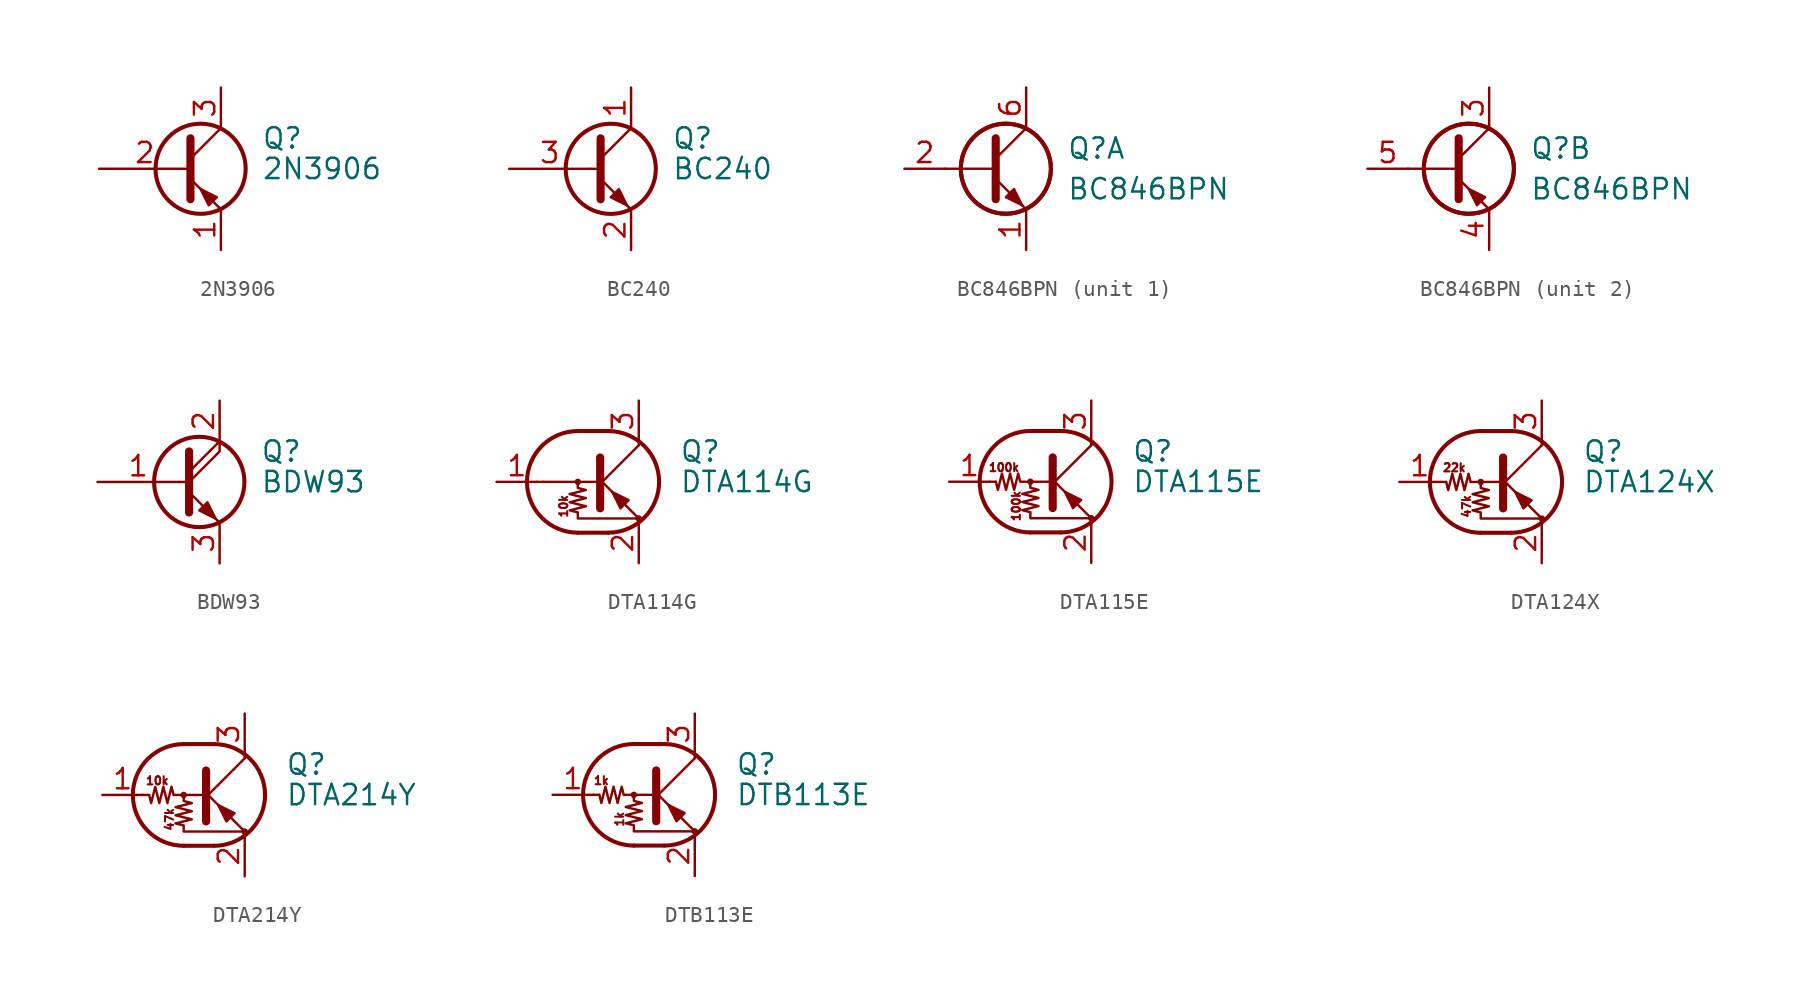
<source format=kicad_sym>
(kicad_symbol_lib
  (version 20201005)
  (generator kicad_symbol_editor)
  (symbol "Transistor_BJT:2N3906"
    (pin_names
      (offset 0) hide)
    (property "Reference" "Q"
      (at 5.08 1.905 0)
      (effects (font (size 1.27 1.27)) (justify left)))
    (property "Value" "2N3906"
      (at 5.08 0 0)
      (effects (font (size 1.27 1.27)) (justify left)))
    (symbol "2N3906_0_1"
      (circle (center 1.27 0) (radius 2.819) (stroke (width 0.254)) (fill (type none)))
      (polyline (pts (xy 0.635 0.635) (xy 2.54 2.54)) (stroke (width 0)) (fill (type none)))
      (polyline (pts (xy 0.635 -0.635) (xy 2.54 -2.54) (xy 2.54 -2.54)) (stroke (width 0)) (fill (type none)))
      (polyline (pts (xy 0.635 1.905) (xy 0.635 -1.905) (xy 0.635 -1.905)) (stroke (width 0.508)) (fill (type none)))
      (polyline (pts (xy 2.286 -1.778) (xy 1.778 -2.286) (xy 1.27 -1.27) (xy 2.286 -1.778) (xy 2.286 -1.778)) (stroke (width 0)) (fill (type outline))))
    (symbol "2N3906_1_1"
      (pin passive line (at 2.54 -5.08 90) (length 2.54) (name "E" (effects (font (size 1.27 1.27)))) (number "1" (effects (font (size 1.27 1.27)))))
      (pin input line (at -5.08 0 0) (length 5.715) (name "B" (effects (font (size 1.27 1.27)))) (number "2" (effects (font (size 1.27 1.27)))))
      (pin passive line (at 2.54 5.08 270) (length 2.54) (name "C" (effects (font (size 1.27 1.27)))) (number "3" (effects (font (size 1.27 1.27)))))))
  (symbol "Transistor_BJT:BC240"
    (pin_names
      (offset 0) hide)
    (property "Reference" "Q"
      (at 5.08 1.905 0)
      (effects (font (size 1.27 1.27)) (justify left)))
    (property "Value" "BC240"
      (at 5.08 0 0)
      (effects (font (size 1.27 1.27)) (justify left)))
    (symbol "BC240_0_1"
      (circle (center 1.27 0) (radius 2.819) (stroke (width 0.254)) (fill (type none)))
      (polyline (pts (xy 0 0) (xy 0.635 0)) (stroke (width 0)) (fill (type none)))
      (polyline (pts (xy 0.635 0.635) (xy 2.54 2.54)) (stroke (width 0)) (fill (type none)))
      (polyline (pts (xy 0.635 -0.635) (xy 2.54 -2.54) (xy 2.54 -2.54)) (stroke (width 0)) (fill (type none)))
      (polyline (pts (xy 0.635 1.905) (xy 0.635 -1.905) (xy 0.635 -1.905)) (stroke (width 0.508)) (fill (type none)))
      (polyline (pts (xy 1.27 -1.778) (xy 1.778 -1.27) (xy 2.286 -2.286) (xy 1.27 -1.778) (xy 1.27 -1.778)) (stroke (width 0)) (fill (type outline))))
    (symbol "BC240_1_1"
      (pin passive line (at 2.54 5.08 270) (length 2.54) (name "C" (effects (font (size 1.27 1.27)))) (number "1" (effects (font (size 1.27 1.27)))))
      (pin passive line (at 2.54 -5.08 90) (length 2.54) (name "E" (effects (font (size 1.27 1.27)))) (number "2" (effects (font (size 1.27 1.27)))))
      (pin input line (at -5.08 0 0) (length 5.08) (name "B" (effects (font (size 1.27 1.27)))) (number "3" (effects (font (size 1.27 1.27)))))))
  (symbol "Transistor_BJT:BC846BPN"
    (pin_names
      (offset 0) hide)
    (property "Reference" "Q"
      (at 5.08 1.27 0)
      (effects (font (size 1.27 1.27)) (justify left)))
    (property "Value" "BC846BPN"
      (at 5.08 -1.27 0)
      (effects (font (size 1.27 1.27)) (justify left)))
    (property "ki_locked" ""
      (at 0 0 0)
      (effects (font (size 1.27 1.27))))
    (symbol "BC846BPN_0_1"
      (circle (center 1.27 0) (radius 2.819) (stroke (width 0.254)) (fill (type none)))
      (circle (center 1.27 0) (radius 2.819) (stroke (width 0.254)) (fill (type none)))
      (polyline (pts (xy 0.635 0) (xy -2.54 0)) (stroke (width 0)) (fill (type none))))
    (symbol "BC846BPN_1_1"
      (polyline (pts (xy 0.635 0.635) (xy 2.54 2.54)) (stroke (width 0)) (fill (type none)))
      (polyline (pts (xy 0.635 -0.635) (xy 2.54 -2.54) (xy 2.54 -2.54)) (stroke (width 0)) (fill (type none)))
      (polyline (pts (xy 0.635 1.905) (xy 0.635 -1.905) (xy 0.635 -1.905)) (stroke (width 0.508)) (fill (type none)))
      (polyline (pts (xy 1.27 -1.778) (xy 1.778 -1.27) (xy 2.286 -2.286) (xy 1.27 -1.778) (xy 1.27 -1.778)) (stroke (width 0)) (fill (type outline)))
      (pin passive line (at 2.54 -5.08 90) (length 2.54) (name "E1" (effects (font (size 1.27 1.27)))) (number "1" (effects (font (size 1.27 1.27)))))
      (pin input line (at -5.08 0 0) (length 2.54) (name "B1" (effects (font (size 1.27 1.27)))) (number "2" (effects (font (size 1.27 1.27)))))
      (pin passive line (at 2.54 5.08 270) (length 2.54) (name "C1" (effects (font (size 1.27 1.27)))) (number "6" (effects (font (size 1.27 1.27))))))
    (symbol "BC846BPN_2_1"
      (polyline (pts (xy 0.635 0.635) (xy 2.54 2.54)) (stroke (width 0)) (fill (type none)))
      (polyline (pts (xy 0.635 -0.635) (xy 2.54 -2.54) (xy 2.54 -2.54)) (stroke (width 0)) (fill (type none)))
      (polyline (pts (xy 0.635 1.905) (xy 0.635 -1.905) (xy 0.635 -1.905)) (stroke (width 0.508)) (fill (type none)))
      (polyline (pts (xy 2.286 -1.778) (xy 1.778 -2.286) (xy 1.27 -1.27) (xy 2.286 -1.778) (xy 2.286 -1.778)) (stroke (width 0)) (fill (type outline)))
      (pin passive line (at 2.54 5.08 270) (length 2.54) (name "C2" (effects (font (size 1.27 1.27)))) (number "3" (effects (font (size 1.27 1.27)))))
      (pin passive line (at 2.54 -5.08 90) (length 2.54) (name "E2" (effects (font (size 1.27 1.27)))) (number "4" (effects (font (size 1.27 1.27)))))
      (pin input line (at -5.08 0 0) (length 2.54) (name "B2" (effects (font (size 1.27 1.27)))) (number "5" (effects (font (size 1.27 1.27)))))))
  (symbol "Transistor_BJT:BDW93"
    (pin_names
      (offset 0) hide)
    (property "Reference" "Q"
      (at 5.08 1.905 0)
      (effects (font (size 1.27 1.27)) (justify left)))
    (property "Value" "BDW93"
      (at 5.08 0 0)
      (effects (font (size 1.27 1.27)) (justify left)))
    (symbol "BDW93_0_1"
      (circle (center 1.27 0) (radius 2.819) (stroke (width 0.254)) (fill (type none)))
      (polyline (pts (xy 0.635 0.635) (xy 2.54 2.54)) (stroke (width 0)) (fill (type none)))
      (polyline (pts (xy 0.635 -0.635) (xy 2.54 -2.54) (xy 2.54 -2.54)) (stroke (width 0)) (fill (type none)))
      (polyline (pts (xy 0.635 0) (xy 2.54 1.905) (xy 2.54 2.54)) (stroke (width 0)) (fill (type none)))
      (polyline (pts (xy 0.635 1.905) (xy 0.635 -1.905) (xy 0.635 -1.905)) (stroke (width 0.508)) (fill (type none)))
      (polyline (pts (xy 1.27 -1.778) (xy 1.778 -1.27) (xy 2.286 -2.286) (xy 1.27 -1.778) (xy 1.27 -1.778)) (stroke (width 0)) (fill (type outline))))
    (symbol "BDW93_1_1"
      (polyline (pts (xy 0 0) (xy 0.508 0)) (stroke (width 0)) (fill (type none)))
      (pin input line (at -5.08 0 0) (length 5.08) (name "B" (effects (font (size 1.27 1.27)))) (number "1" (effects (font (size 1.27 1.27)))))
      (pin passive line (at 2.54 5.08 270) (length 2.54) (name "C" (effects (font (size 1.27 1.27)))) (number "2" (effects (font (size 1.27 1.27)))))
      (pin passive line (at 2.54 -5.08 90) (length 2.54) (name "E" (effects (font (size 1.27 1.27)))) (number "3" (effects (font (size 1.27 1.27)))))))
  (symbol "Transistor_BJT:DTA114G"
    (pin_names
      (offset 0) hide)
    (property "Reference" "Q"
      (at 5.08 1.905 0)
      (effects (font (size 1.27 1.27)) (justify left)))
    (property "Value" "DTA114G"
      (at 5.08 0 0)
      (effects (font (size 1.27 1.27)) (justify left)))
    (symbol "DTA114G_0_0"
      (text "10k" (at -2.159 -1.524 900) (effects (font (size 0.508 0.508))))
      (polyline (pts (xy -3.429 0) (xy 0 0)) (stroke (width 0)) (fill (type none))))
    (symbol "DTA114G_0_1"
      (arc (start -1.27 3.175) (end -1.27 -3.175) (radius (at -1.27 0) (length 3.175) (angles 90.1 -90.1)) (stroke (width 0.254)) (fill (type none)))
      (arc (start 0.635 -3.175) (end 0.635 3.175) (radius (at 0.635 0) (length 3.175) (angles -89.9 89.9)) (stroke (width 0.254)) (fill (type none)))
      (circle (center -1.27 0) (radius 0.127) (stroke (width 0)) (fill (type none)))
      (circle (center 2.54 -2.286) (radius 0.127) (stroke (width 0)) (fill (type none)))
      (polyline (pts (xy -3.429 0) (xy -3.81 0)) (stroke (width 0)) (fill (type none)))
      (polyline (pts (xy -1.27 -3.175) (xy 0.635 -3.175)) (stroke (width 0.254)) (fill (type none)))
      (polyline (pts (xy -1.27 3.175) (xy 0.635 3.175)) (stroke (width 0.254)) (fill (type none)))
      (polyline (pts (xy 0 -0.254) (xy 2.54 2.286)) (stroke (width 0)) (fill (type none)))
      (polyline (pts (xy 0.127 1.524) (xy 0.127 -1.651)) (stroke (width 0.508)) (fill (type outline)))
      (polyline (pts (xy 2.54 2.286) (xy 2.54 2.54)) (stroke (width 0)) (fill (type none)))
      (polyline (pts (xy 2.54 -2.286) (xy 0 0.254) (xy 0 0.254)) (stroke (width 0)) (fill (type none)))
      (polyline (pts (xy 1.397 -1.651) (xy 1.905 -1.143) (xy 0.889 -0.635) (xy 1.397 -1.651)) (stroke (width 0)) (fill (type outline)))
      (polyline (pts (xy -1.27 0) (xy -1.27 -0.381) (xy -0.762 -0.508) (xy -1.778 -0.762) (xy -0.762 -1.016) (xy -1.778 -1.27) (xy -0.762 -1.524) (xy -1.778 -1.778) (xy -1.27 -1.905) (xy -1.27 -2.286) (xy 2.54 -2.286)) (stroke (width 0)) (fill (type none))))
    (symbol "DTA114G_1_1"
      (pin input line (at -6.35 0 0) (length 2.54) (name "B" (effects (font (size 1.27 1.27)))) (number "1" (effects (font (size 1.27 1.27)))))
      (pin passive line (at 2.54 -5.08 90) (length 2.54) (name "E" (effects (font (size 1.27 1.27)))) (number "2" (effects (font (size 1.27 1.27)))))
      (pin passive line (at 2.54 5.08 270) (length 2.54) (name "C" (effects (font (size 1.27 1.27)))) (number "3" (effects (font (size 1.27 1.27)))))))
  (symbol "Transistor_BJT:DTA115E"
    (pin_names
      (offset 0) hide)
    (property "Reference" "Q"
      (at 5.08 1.905 0)
      (effects (font (size 1.27 1.27)) (justify left)))
    (property "Value" "DTA115E"
      (at 5.08 0 0)
      (effects (font (size 1.27 1.27)) (justify left)))
    (symbol "DTA115E_0_0"
      (text "100k" (at -2.921 0.889 0) (effects (font (size 0.508 0.508))))
      (text "100k" (at -2.159 -1.524 900) (effects (font (size 0.508 0.508)))))
    (symbol "DTA115E_0_1"
      (arc (start -1.27 3.175) (end -1.27 -3.175) (radius (at -1.27 0) (length 3.175) (angles 90.1 -90.1)) (stroke (width 0.254)) (fill (type none)))
      (arc (start 0.635 -3.175) (end 0.635 3.175) (radius (at 0.635 0) (length 3.175) (angles -89.9 89.9)) (stroke (width 0.254)) (fill (type none)))
      (circle (center -1.27 0) (radius 0.127) (stroke (width 0)) (fill (type none)))
      (circle (center 2.54 -2.286) (radius 0.127) (stroke (width 0)) (fill (type none)))
      (polyline (pts (xy -3.429 0) (xy -3.81 0)) (stroke (width 0)) (fill (type none)))
      (polyline (pts (xy -1.27 -3.175) (xy 0.635 -3.175)) (stroke (width 0.254)) (fill (type none)))
      (polyline (pts (xy -1.27 3.175) (xy 0.635 3.175)) (stroke (width 0.254)) (fill (type none)))
      (polyline (pts (xy 0 -0.254) (xy 2.54 2.286)) (stroke (width 0)) (fill (type none)))
      (polyline (pts (xy 0.127 1.524) (xy 0.127 -1.651)) (stroke (width 0.508)) (fill (type outline)))
      (polyline (pts (xy 2.54 2.286) (xy 2.54 2.54)) (stroke (width 0)) (fill (type none)))
      (polyline (pts (xy 2.54 -2.286) (xy 0 0.254) (xy 0 0.254)) (stroke (width 0)) (fill (type none)))
      (polyline (pts (xy 1.397 -1.651) (xy 1.905 -1.143) (xy 0.889 -0.635) (xy 1.397 -1.651)) (stroke (width 0)) (fill (type outline)))
      (polyline (pts (xy 0 0) (xy -1.905 0) (xy -2.032 0.508) (xy -2.286 -0.508) (xy -2.54 0.508) (xy -2.794 -0.508) (xy -3.048 0.508) (xy -3.302 -0.508) (xy -3.429 0)) (stroke (width 0)) (fill (type none)))
      (polyline (pts (xy -1.27 0) (xy -1.27 -0.381) (xy -0.762 -0.508) (xy -1.778 -0.762) (xy -0.762 -1.016) (xy -1.778 -1.27) (xy -0.762 -1.524) (xy -1.778 -1.778) (xy -1.27 -1.905) (xy -1.27 -2.286) (xy 2.54 -2.286)) (stroke (width 0)) (fill (type none))))
    (symbol "DTA115E_1_1"
      (pin input line (at -6.35 0 0) (length 2.54) (name "B" (effects (font (size 1.27 1.27)))) (number "1" (effects (font (size 1.27 1.27)))))
      (pin passive line (at 2.54 -5.08 90) (length 2.54) (name "E" (effects (font (size 1.27 1.27)))) (number "2" (effects (font (size 1.27 1.27)))))
      (pin passive line (at 2.54 5.08 270) (length 2.54) (name "C" (effects (font (size 1.27 1.27)))) (number "3" (effects (font (size 1.27 1.27)))))))
  (symbol "Transistor_BJT:DTA124X"
    (pin_names
      (offset 0) hide)
    (property "Reference" "Q"
      (at 5.08 1.905 0)
      (effects (font (size 1.27 1.27)) (justify left)))
    (property "Value" "DTA124X"
      (at 5.08 0 0)
      (effects (font (size 1.27 1.27)) (justify left)))
    (symbol "DTA124X_0_0"
      (text "22k" (at -2.921 0.889 0) (effects (font (size 0.508 0.508))))
      (text "47k" (at -2.159 -1.524 900) (effects (font (size 0.508 0.508)))))
    (symbol "DTA124X_0_1"
      (arc (start -1.27 3.175) (end -1.27 -3.175) (radius (at -1.27 0) (length 3.175) (angles 90.1 -90.1)) (stroke (width 0.254)) (fill (type none)))
      (arc (start 0.635 -3.175) (end 0.635 3.175) (radius (at 0.635 0) (length 3.175) (angles -89.9 89.9)) (stroke (width 0.254)) (fill (type none)))
      (circle (center -1.27 0) (radius 0.127) (stroke (width 0)) (fill (type none)))
      (circle (center 2.54 -2.286) (radius 0.127) (stroke (width 0)) (fill (type none)))
      (polyline (pts (xy -3.429 0) (xy -3.81 0)) (stroke (width 0)) (fill (type none)))
      (polyline (pts (xy -1.27 -3.175) (xy 0.635 -3.175)) (stroke (width 0.254)) (fill (type none)))
      (polyline (pts (xy -1.27 3.175) (xy 0.635 3.175)) (stroke (width 0.254)) (fill (type none)))
      (polyline (pts (xy 0 -0.254) (xy 2.54 2.286)) (stroke (width 0)) (fill (type none)))
      (polyline (pts (xy 0.127 1.524) (xy 0.127 -1.651)) (stroke (width 0.508)) (fill (type outline)))
      (polyline (pts (xy 2.54 2.286) (xy 2.54 2.54)) (stroke (width 0)) (fill (type none)))
      (polyline (pts (xy 2.54 -2.286) (xy 0 0.254) (xy 0 0.254)) (stroke (width 0)) (fill (type none)))
      (polyline (pts (xy 1.397 -1.651) (xy 1.905 -1.143) (xy 0.889 -0.635) (xy 1.397 -1.651)) (stroke (width 0)) (fill (type outline)))
      (polyline (pts (xy 0 0) (xy -1.905 0) (xy -2.032 0.508) (xy -2.286 -0.508) (xy -2.54 0.508) (xy -2.794 -0.508) (xy -3.048 0.508) (xy -3.302 -0.508) (xy -3.429 0)) (stroke (width 0)) (fill (type none)))
      (polyline (pts (xy -1.27 0) (xy -1.27 -0.381) (xy -0.762 -0.508) (xy -1.778 -0.762) (xy -0.762 -1.016) (xy -1.778 -1.27) (xy -0.762 -1.524) (xy -1.778 -1.778) (xy -1.27 -1.905) (xy -1.27 -2.286) (xy 2.54 -2.286)) (stroke (width 0)) (fill (type none))))
    (symbol "DTA124X_1_1"
      (pin input line (at -6.35 0 0) (length 2.54) (name "B" (effects (font (size 1.27 1.27)))) (number "1" (effects (font (size 1.27 1.27)))))
      (pin passive line (at 2.54 -5.08 90) (length 2.54) (name "E" (effects (font (size 1.27 1.27)))) (number "2" (effects (font (size 1.27 1.27)))))
      (pin passive line (at 2.54 5.08 270) (length 2.54) (name "C" (effects (font (size 1.27 1.27)))) (number "3" (effects (font (size 1.27 1.27)))))))
  (symbol "Transistor_BJT:DTA214Y"
    (pin_names
      (offset 0) hide)
    (property "Reference" "Q"
      (at 5.08 1.905 0)
      (effects (font (size 1.27 1.27)) (justify left)))
    (property "Value" "DTA214Y"
      (at 5.08 0 0)
      (effects (font (size 1.27 1.27)) (justify left)))
    (symbol "DTA214Y_0_0"
      (text "10k" (at -2.921 0.889 0) (effects (font (size 0.508 0.508))))
      (text "47k" (at -2.159 -1.524 900) (effects (font (size 0.508 0.508)))))
    (symbol "DTA214Y_0_1"
      (arc (start -1.27 3.175) (end -1.27 -3.175) (radius (at -1.27 0) (length 3.175) (angles 90.1 -90.1)) (stroke (width 0.254)) (fill (type none)))
      (arc (start 0.635 -3.175) (end 0.635 3.175) (radius (at 0.635 0) (length 3.175) (angles -89.9 89.9)) (stroke (width 0.254)) (fill (type none)))
      (circle (center -1.27 0) (radius 0.127) (stroke (width 0)) (fill (type none)))
      (circle (center 2.54 -2.286) (radius 0.127) (stroke (width 0)) (fill (type none)))
      (polyline (pts (xy -3.429 0) (xy -3.81 0)) (stroke (width 0)) (fill (type none)))
      (polyline (pts (xy -1.27 -3.175) (xy 0.635 -3.175)) (stroke (width 0.254)) (fill (type none)))
      (polyline (pts (xy -1.27 3.175) (xy 0.635 3.175)) (stroke (width 0.254)) (fill (type none)))
      (polyline (pts (xy 0 -0.254) (xy 2.54 2.286)) (stroke (width 0)) (fill (type none)))
      (polyline (pts (xy 0.127 1.524) (xy 0.127 -1.651)) (stroke (width 0.508)) (fill (type outline)))
      (polyline (pts (xy 2.54 2.286) (xy 2.54 2.54)) (stroke (width 0)) (fill (type none)))
      (polyline (pts (xy 2.54 -2.286) (xy 0 0.254) (xy 0 0.254)) (stroke (width 0)) (fill (type none)))
      (polyline (pts (xy 1.397 -1.651) (xy 1.905 -1.143) (xy 0.889 -0.635) (xy 1.397 -1.651)) (stroke (width 0)) (fill (type outline)))
      (polyline (pts (xy 0 0) (xy -1.905 0) (xy -2.032 0.508) (xy -2.286 -0.508) (xy -2.54 0.508) (xy -2.794 -0.508) (xy -3.048 0.508) (xy -3.302 -0.508) (xy -3.429 0)) (stroke (width 0)) (fill (type none)))
      (polyline (pts (xy -1.27 0) (xy -1.27 -0.381) (xy -0.762 -0.508) (xy -1.778 -0.762) (xy -0.762 -1.016) (xy -1.778 -1.27) (xy -0.762 -1.524) (xy -1.778 -1.778) (xy -1.27 -1.905) (xy -1.27 -2.286) (xy 2.54 -2.286)) (stroke (width 0)) (fill (type none))))
    (symbol "DTA214Y_1_1"
      (pin input line (at -6.35 0 0) (length 2.54) (name "B" (effects (font (size 1.27 1.27)))) (number "1" (effects (font (size 1.27 1.27)))))
      (pin passive line (at 2.54 -5.08 90) (length 2.54) (name "E" (effects (font (size 1.27 1.27)))) (number "2" (effects (font (size 1.27 1.27)))))
      (pin passive line (at 2.54 5.08 270) (length 2.54) (name "C" (effects (font (size 1.27 1.27)))) (number "3" (effects (font (size 1.27 1.27)))))))
  (symbol "Transistor_BJT:DTB113E"
    (pin_names
      (offset 0) hide)
    (property "Reference" "Q"
      (at 5.08 1.905 0)
      (effects (font (size 1.27 1.27)) (justify left)))
    (property "Value" "DTB113E"
      (at 5.08 0 0)
      (effects (font (size 1.27 1.27)) (justify left)))
    (symbol "DTB113E_0_0"
      (text "1k" (at -3.302 0.889 0) (effects (font (size 0.508 0.508))))
      (text "1k" (at -2.159 -1.524 900) (effects (font (size 0.508 0.508)))))
    (symbol "DTB113E_0_1"
      (arc (start -1.27 3.175) (end -1.27 -3.175) (radius (at -1.27 0) (length 3.175) (angles 90.1 -90.1)) (stroke (width 0.254)) (fill (type none)))
      (arc (start 0.635 -3.175) (end 0.635 3.175) (radius (at 0.635 0) (length 3.175) (angles -89.9 89.9)) (stroke (width 0.254)) (fill (type none)))
      (circle (center -1.27 0) (radius 0.127) (stroke (width 0)) (fill (type none)))
      (circle (center 2.54 -2.286) (radius 0.127) (stroke (width 0)) (fill (type none)))
      (polyline (pts (xy -3.429 0) (xy -3.81 0)) (stroke (width 0)) (fill (type none)))
      (polyline (pts (xy -1.27 -3.175) (xy 0.635 -3.175)) (stroke (width 0.254)) (fill (type none)))
      (polyline (pts (xy -1.27 3.175) (xy 0.635 3.175)) (stroke (width 0.254)) (fill (type none)))
      (polyline (pts (xy 0 -0.254) (xy 2.54 2.286)) (stroke (width 0)) (fill (type none)))
      (polyline (pts (xy 0.127 1.524) (xy 0.127 -1.651)) (stroke (width 0.508)) (fill (type outline)))
      (polyline (pts (xy 2.54 2.286) (xy 2.54 2.54)) (stroke (width 0)) (fill (type none)))
      (polyline (pts (xy 2.54 -2.286) (xy 0 0.254) (xy 0 0.254)) (stroke (width 0)) (fill (type none)))
      (polyline (pts (xy 1.397 -1.651) (xy 1.905 -1.143) (xy 0.889 -0.635) (xy 1.397 -1.651)) (stroke (width 0)) (fill (type outline)))
      (polyline (pts (xy 0 0) (xy -1.905 0) (xy -2.032 0.508) (xy -2.286 -0.508) (xy -2.54 0.508) (xy -2.794 -0.508) (xy -3.048 0.508) (xy -3.302 -0.508) (xy -3.429 0)) (stroke (width 0)) (fill (type none)))
      (polyline (pts (xy -1.27 0) (xy -1.27 -0.381) (xy -0.762 -0.508) (xy -1.778 -0.762) (xy -0.762 -1.016) (xy -1.778 -1.27) (xy -0.762 -1.524) (xy -1.778 -1.778) (xy -1.27 -1.905) (xy -1.27 -2.286) (xy 2.54 -2.286)) (stroke (width 0)) (fill (type none))))
    (symbol "DTB113E_1_1"
      (pin input line (at -6.35 0 0) (length 2.54) (name "B" (effects (font (size 1.27 1.27)))) (number "1" (effects (font (size 1.27 1.27)))))
      (pin passive line (at 2.54 -5.08 90) (length 2.54) (name "E" (effects (font (size 1.27 1.27)))) (number "2" (effects (font (size 1.27 1.27)))))
      (pin passive line (at 2.54 5.08 270) (length 2.54) (name "C" (effects (font (size 1.27 1.27)))) (number "3" (effects (font (size 1.27 1.27))))))))
</source>
